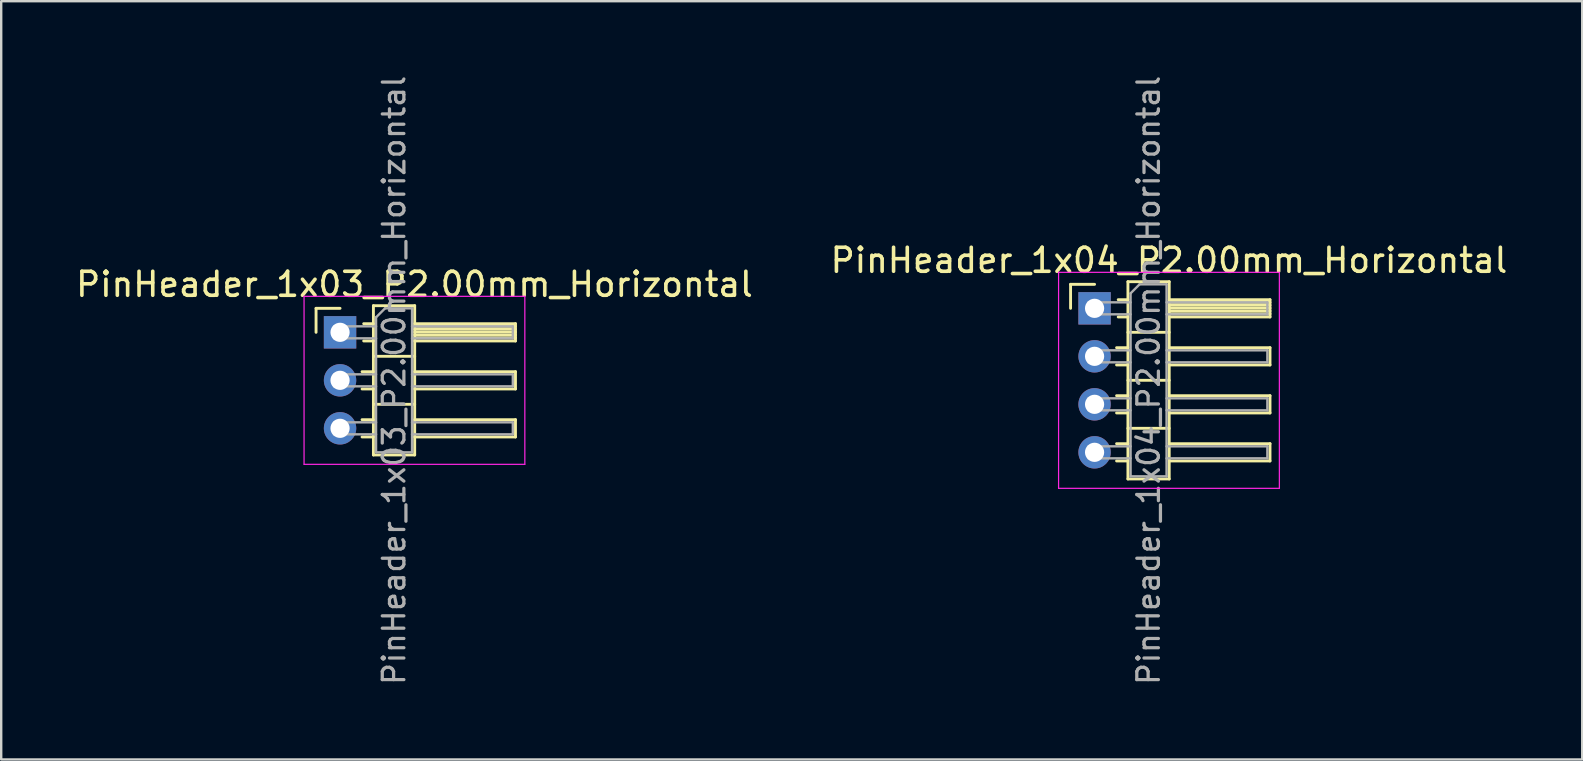
<source format=kicad_pcb>
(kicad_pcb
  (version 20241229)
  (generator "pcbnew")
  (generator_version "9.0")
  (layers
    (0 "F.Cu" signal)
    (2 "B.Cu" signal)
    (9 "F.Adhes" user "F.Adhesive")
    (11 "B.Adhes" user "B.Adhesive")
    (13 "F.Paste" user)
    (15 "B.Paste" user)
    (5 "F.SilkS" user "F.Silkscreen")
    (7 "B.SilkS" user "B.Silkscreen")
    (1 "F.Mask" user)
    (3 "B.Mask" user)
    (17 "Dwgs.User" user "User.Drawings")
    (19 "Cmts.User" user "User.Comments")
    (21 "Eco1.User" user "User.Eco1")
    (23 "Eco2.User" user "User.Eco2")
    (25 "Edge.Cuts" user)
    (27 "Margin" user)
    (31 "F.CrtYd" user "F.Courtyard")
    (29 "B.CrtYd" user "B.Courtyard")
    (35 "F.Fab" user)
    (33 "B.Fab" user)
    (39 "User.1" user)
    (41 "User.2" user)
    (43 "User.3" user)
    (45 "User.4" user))
  (footprint "PinHeader_1x03_P2.00mm_Horizontal"
    (layer "F.Cu")
    (at 11.12 10.798)
    (property "Reference" "PinHeader_1x03_P2.00mm_Horizontal" (at 3.1 -2 0) (layer "F.SilkS") (effects (font (size 1 1) (thickness 0.15))))
    (attr through_hole)
    (fp_line (start -1 -1) (end 0 -1) (stroke (width 0.12) (type solid)) (layer "F.SilkS"))
    (fp_line (start -1 0) (end -1 -1) (stroke (width 0.12) (type solid)) (layer "F.SilkS"))
    (fp_line (start 0.917 1.64) (end 1.39 1.64) (stroke (width 0.12) (type solid)) (layer "F.SilkS"))
    (fp_line (start 0.917 2.36) (end 1.39 2.36) (stroke (width 0.12) (type solid)) (layer "F.SilkS"))
    (fp_line (start 0.917 3.64) (end 1.39 3.64) (stroke (width 0.12) (type solid)) (layer "F.SilkS"))
    (fp_line (start 0.917 4.36) (end 1.39 4.36) (stroke (width 0.12) (type solid)) (layer "F.SilkS"))
    (fp_line (start 0.985 -0.36) (end 1.39 -0.36) (stroke (width 0.12) (type solid)) (layer "F.SilkS"))
    (fp_line (start 0.985 0.36) (end 1.39 0.36) (stroke (width 0.12) (type solid)) (layer "F.SilkS"))
    (fp_line (start 1.39 -1.11) (end 1.39 5.11) (stroke (width 0.12) (type solid)) (layer "F.SilkS"))
    (fp_line (start 1.39 1) (end 3.11 1) (stroke (width 0.12) (type solid)) (layer "F.SilkS"))
    (fp_line (start 1.39 3) (end 3.11 3) (stroke (width 0.12) (type solid)) (layer "F.SilkS"))
    (fp_line (start 1.39 5.11) (end 3.11 5.11) (stroke (width 0.12) (type solid)) (layer "F.SilkS"))
    (fp_line (start 3.11 -1.11) (end 1.39 -1.11) (stroke (width 0.12) (type solid)) (layer "F.SilkS"))
    (fp_line (start 3.11 -0.36) (end 7.31 -0.36) (stroke (width 0.12) (type solid)) (layer "F.SilkS"))
    (fp_line (start 3.11 -0.25) (end 7.31 -0.25) (stroke (width 0.12) (type solid)) (layer "F.SilkS"))
    (fp_line (start 3.11 -0.13) (end 7.31 -0.13) (stroke (width 0.12) (type solid)) (layer "F.SilkS"))
    (fp_line (start 3.11 -0.01) (end 7.31 -0.01) (stroke (width 0.12) (type solid)) (layer "F.SilkS"))
    (fp_line (start 3.11 0.11) (end 7.31 0.11) (stroke (width 0.12) (type solid)) (layer "F.SilkS"))
    (fp_line (start 3.11 0.23) (end 7.31 0.23) (stroke (width 0.12) (type solid)) (layer "F.SilkS"))
    (fp_line (start 3.11 1.64) (end 7.31 1.64) (stroke (width 0.12) (type solid)) (layer "F.SilkS"))
    (fp_line (start 3.11 3.64) (end 7.31 3.64) (stroke (width 0.12) (type solid)) (layer "F.SilkS"))
    (fp_line (start 3.11 5.11) (end 3.11 -1.11) (stroke (width 0.12) (type solid)) (layer "F.SilkS"))
    (fp_line (start 7.31 -0.36) (end 7.31 0.36) (stroke (width 0.12) (type solid)) (layer "F.SilkS"))
    (fp_line (start 7.31 0.36) (end 3.11 0.36) (stroke (width 0.12) (type solid)) (layer "F.SilkS"))
    (fp_line (start 7.31 1.64) (end 7.31 2.36) (stroke (width 0.12) (type solid)) (layer "F.SilkS"))
    (fp_line (start 7.31 2.36) (end 3.11 2.36) (stroke (width 0.12) (type solid)) (layer "F.SilkS"))
    (fp_line (start 7.31 3.64) (end 7.31 4.36) (stroke (width 0.12) (type solid)) (layer "F.SilkS"))
    (fp_line (start 7.31 4.36) (end 3.11 4.36) (stroke (width 0.12) (type solid)) (layer "F.SilkS"))
    (fp_line (start -1.5 -1.5) (end -1.5 5.5) (stroke (width 0.05) (type solid)) (layer "F.CrtYd"))
    (fp_line (start -1.5 5.5) (end 7.7 5.5) (stroke (width 0.05) (type solid)) (layer "F.CrtYd"))
    (fp_line (start 7.7 -1.5) (end -1.5 -1.5) (stroke (width 0.05) (type solid)) (layer "F.CrtYd"))
    (fp_line (start 7.7 5.5) (end 7.7 -1.5) (stroke (width 0.05) (type solid)) (layer "F.CrtYd"))
    (fp_line (start -0.25 -0.25) (end -0.25 0.25) (stroke (width 0.1) (type solid)) (layer "F.Fab"))
    (fp_line (start -0.25 -0.25) (end 1.5 -0.25) (stroke (width 0.1) (type solid)) (layer "F.Fab"))
    (fp_line (start -0.25 0.25) (end 1.5 0.25) (stroke (width 0.1) (type solid)) (layer "F.Fab"))
    (fp_line (start -0.25 1.75) (end -0.25 2.25) (stroke (width 0.1) (type solid)) (layer "F.Fab"))
    (fp_line (start -0.25 1.75) (end 1.5 1.75) (stroke (width 0.1) (type solid)) (layer "F.Fab"))
    (fp_line (start -0.25 2.25) (end 1.5 2.25) (stroke (width 0.1) (type solid)) (layer "F.Fab"))
    (fp_line (start -0.25 3.75) (end -0.25 4.25) (stroke (width 0.1) (type solid)) (layer "F.Fab"))
    (fp_line (start -0.25 3.75) (end 1.5 3.75) (stroke (width 0.1) (type solid)) (layer "F.Fab"))
    (fp_line (start -0.25 4.25) (end 1.5 4.25) (stroke (width 0.1) (type solid)) (layer "F.Fab"))
    (fp_line (start 1.5 -0.625) (end 1.875 -1) (stroke (width 0.1) (type solid)) (layer "F.Fab"))
    (fp_line (start 1.5 5) (end 1.5 -0.625) (stroke (width 0.1) (type solid)) (layer "F.Fab"))
    (fp_line (start 1.875 -1) (end 3 -1) (stroke (width 0.1) (type solid)) (layer "F.Fab"))
    (fp_line (start 3 -1) (end 3 5) (stroke (width 0.1) (type solid)) (layer "F.Fab"))
    (fp_line (start 3 -0.25) (end 7.2 -0.25) (stroke (width 0.1) (type solid)) (layer "F.Fab"))
    (fp_line (start 3 0.25) (end 7.2 0.25) (stroke (width 0.1) (type solid)) (layer "F.Fab"))
    (fp_line (start 3 1.75) (end 7.2 1.75) (stroke (width 0.1) (type solid)) (layer "F.Fab"))
    (fp_line (start 3 2.25) (end 7.2 2.25) (stroke (width 0.1) (type solid)) (layer "F.Fab"))
    (fp_line (start 3 3.75) (end 7.2 3.75) (stroke (width 0.1) (type solid)) (layer "F.Fab"))
    (fp_line (start 3 4.25) (end 7.2 4.25) (stroke (width 0.1) (type solid)) (layer "F.Fab"))
    (fp_line (start 3 5) (end 1.5 5) (stroke (width 0.1) (type solid)) (layer "F.Fab"))
    (fp_line (start 7.2 -0.25) (end 7.2 0.25) (stroke (width 0.1) (type solid)) (layer "F.Fab"))
    (fp_line (start 7.2 1.75) (end 7.2 2.25) (stroke (width 0.1) (type solid)) (layer "F.Fab"))
    (fp_line (start 7.2 3.75) (end 7.2 4.25) (stroke (width 0.1) (type solid)) (layer "F.Fab"))
    (fp_text user "${REFERENCE}" (at 2.25 2 90) (layer "F.Fab") (effects (font (size 0.9 0.9) (thickness 0.135))))
    (pad "1" thru_hole rect (at 0 0) (size 1.35 1.35) (drill 0.8) (layers "*.Cu" "*.Mask"))
    (pad "2" thru_hole circle (at 0 2) (size 1.35 1.35) (drill 0.8) (layers "*.Cu" "*.Mask"))
    (pad "3" thru_hole circle (at 0 4) (size 1.35 1.35) (drill 0.8) (layers "*.Cu" "*.Mask")))
  (footprint "PinHeader_1x04_P2.00mm_Horizontal"
    (layer "F.Cu")
    (at 42.561 9.798)
    (property "Reference" "PinHeader_1x04_P2.00mm_Horizontal" (at 3.1 -2 0) (layer "F.SilkS") (effects (font (size 1 1) (thickness 0.15))))
    (attr through_hole)
    (fp_line (start -1 -1) (end 0 -1) (stroke (width 0.12) (type solid)) (layer "F.SilkS"))
    (fp_line (start -1 0) (end -1 -1) (stroke (width 0.12) (type solid)) (layer "F.SilkS"))
    (fp_line (start 0.917 1.64) (end 1.39 1.64) (stroke (width 0.12) (type solid)) (layer "F.SilkS"))
    (fp_line (start 0.917 2.36) (end 1.39 2.36) (stroke (width 0.12) (type solid)) (layer "F.SilkS"))
    (fp_line (start 0.917 3.64) (end 1.39 3.64) (stroke (width 0.12) (type solid)) (layer "F.SilkS"))
    (fp_line (start 0.917 4.36) (end 1.39 4.36) (stroke (width 0.12) (type solid)) (layer "F.SilkS"))
    (fp_line (start 0.917 5.64) (end 1.39 5.64) (stroke (width 0.12) (type solid)) (layer "F.SilkS"))
    (fp_line (start 0.917 6.36) (end 1.39 6.36) (stroke (width 0.12) (type solid)) (layer "F.SilkS"))
    (fp_line (start 0.985 -0.36) (end 1.39 -0.36) (stroke (width 0.12) (type solid)) (layer "F.SilkS"))
    (fp_line (start 0.985 0.36) (end 1.39 0.36) (stroke (width 0.12) (type solid)) (layer "F.SilkS"))
    (fp_line (start 1.39 -1.11) (end 1.39 7.11) (stroke (width 0.12) (type solid)) (layer "F.SilkS"))
    (fp_line (start 1.39 1) (end 3.11 1) (stroke (width 0.12) (type solid)) (layer "F.SilkS"))
    (fp_line (start 1.39 3) (end 3.11 3) (stroke (width 0.12) (type solid)) (layer "F.SilkS"))
    (fp_line (start 1.39 5) (end 3.11 5) (stroke (width 0.12) (type solid)) (layer "F.SilkS"))
    (fp_line (start 1.39 7.11) (end 3.11 7.11) (stroke (width 0.12) (type solid)) (layer "F.SilkS"))
    (fp_line (start 3.11 -1.11) (end 1.39 -1.11) (stroke (width 0.12) (type solid)) (layer "F.SilkS"))
    (fp_line (start 3.11 -0.36) (end 7.31 -0.36) (stroke (width 0.12) (type solid)) (layer "F.SilkS"))
    (fp_line (start 3.11 -0.25) (end 7.31 -0.25) (stroke (width 0.12) (type solid)) (layer "F.SilkS"))
    (fp_line (start 3.11 -0.13) (end 7.31 -0.13) (stroke (width 0.12) (type solid)) (layer "F.SilkS"))
    (fp_line (start 3.11 -0.01) (end 7.31 -0.01) (stroke (width 0.12) (type solid)) (layer "F.SilkS"))
    (fp_line (start 3.11 0.11) (end 7.31 0.11) (stroke (width 0.12) (type solid)) (layer "F.SilkS"))
    (fp_line (start 3.11 0.23) (end 7.31 0.23) (stroke (width 0.12) (type solid)) (layer "F.SilkS"))
    (fp_line (start 3.11 1.64) (end 7.31 1.64) (stroke (width 0.12) (type solid)) (layer "F.SilkS"))
    (fp_line (start 3.11 3.64) (end 7.31 3.64) (stroke (width 0.12) (type solid)) (layer "F.SilkS"))
    (fp_line (start 3.11 5.64) (end 7.31 5.64) (stroke (width 0.12) (type solid)) (layer "F.SilkS"))
    (fp_line (start 3.11 7.11) (end 3.11 -1.11) (stroke (width 0.12) (type solid)) (layer "F.SilkS"))
    (fp_line (start 7.31 -0.36) (end 7.31 0.36) (stroke (width 0.12) (type solid)) (layer "F.SilkS"))
    (fp_line (start 7.31 0.36) (end 3.11 0.36) (stroke (width 0.12) (type solid)) (layer "F.SilkS"))
    (fp_line (start 7.31 1.64) (end 7.31 2.36) (stroke (width 0.12) (type solid)) (layer "F.SilkS"))
    (fp_line (start 7.31 2.36) (end 3.11 2.36) (stroke (width 0.12) (type solid)) (layer "F.SilkS"))
    (fp_line (start 7.31 3.64) (end 7.31 4.36) (stroke (width 0.12) (type solid)) (layer "F.SilkS"))
    (fp_line (start 7.31 4.36) (end 3.11 4.36) (stroke (width 0.12) (type solid)) (layer "F.SilkS"))
    (fp_line (start 7.31 5.64) (end 7.31 6.36) (stroke (width 0.12) (type solid)) (layer "F.SilkS"))
    (fp_line (start 7.31 6.36) (end 3.11 6.36) (stroke (width 0.12) (type solid)) (layer "F.SilkS"))
    (fp_line (start -1.5 -1.5) (end -1.5 7.5) (stroke (width 0.05) (type solid)) (layer "F.CrtYd"))
    (fp_line (start -1.5 7.5) (end 7.7 7.5) (stroke (width 0.05) (type solid)) (layer "F.CrtYd"))
    (fp_line (start 7.7 -1.5) (end -1.5 -1.5) (stroke (width 0.05) (type solid)) (layer "F.CrtYd"))
    (fp_line (start 7.7 7.5) (end 7.7 -1.5) (stroke (width 0.05) (type solid)) (layer "F.CrtYd"))
    (fp_line (start -0.25 -0.25) (end -0.25 0.25) (stroke (width 0.1) (type solid)) (layer "F.Fab"))
    (fp_line (start -0.25 -0.25) (end 1.5 -0.25) (stroke (width 0.1) (type solid)) (layer "F.Fab"))
    (fp_line (start -0.25 0.25) (end 1.5 0.25) (stroke (width 0.1) (type solid)) (layer "F.Fab"))
    (fp_line (start -0.25 1.75) (end -0.25 2.25) (stroke (width 0.1) (type solid)) (layer "F.Fab"))
    (fp_line (start -0.25 1.75) (end 1.5 1.75) (stroke (width 0.1) (type solid)) (layer "F.Fab"))
    (fp_line (start -0.25 2.25) (end 1.5 2.25) (stroke (width 0.1) (type solid)) (layer "F.Fab"))
    (fp_line (start -0.25 3.75) (end -0.25 4.25) (stroke (width 0.1) (type solid)) (layer "F.Fab"))
    (fp_line (start -0.25 3.75) (end 1.5 3.75) (stroke (width 0.1) (type solid)) (layer "F.Fab"))
    (fp_line (start -0.25 4.25) (end 1.5 4.25) (stroke (width 0.1) (type solid)) (layer "F.Fab"))
    (fp_line (start -0.25 5.75) (end -0.25 6.25) (stroke (width 0.1) (type solid)) (layer "F.Fab"))
    (fp_line (start -0.25 5.75) (end 1.5 5.75) (stroke (width 0.1) (type solid)) (layer "F.Fab"))
    (fp_line (start -0.25 6.25) (end 1.5 6.25) (stroke (width 0.1) (type solid)) (layer "F.Fab"))
    (fp_line (start 1.5 -0.625) (end 1.875 -1) (stroke (width 0.1) (type solid)) (layer "F.Fab"))
    (fp_line (start 1.5 7) (end 1.5 -0.625) (stroke (width 0.1) (type solid)) (layer "F.Fab"))
    (fp_line (start 1.875 -1) (end 3 -1) (stroke (width 0.1) (type solid)) (layer "F.Fab"))
    (fp_line (start 3 -1) (end 3 7) (stroke (width 0.1) (type solid)) (layer "F.Fab"))
    (fp_line (start 3 -0.25) (end 7.2 -0.25) (stroke (width 0.1) (type solid)) (layer "F.Fab"))
    (fp_line (start 3 0.25) (end 7.2 0.25) (stroke (width 0.1) (type solid)) (layer "F.Fab"))
    (fp_line (start 3 1.75) (end 7.2 1.75) (stroke (width 0.1) (type solid)) (layer "F.Fab"))
    (fp_line (start 3 2.25) (end 7.2 2.25) (stroke (width 0.1) (type solid)) (layer "F.Fab"))
    (fp_line (start 3 3.75) (end 7.2 3.75) (stroke (width 0.1) (type solid)) (layer "F.Fab"))
    (fp_line (start 3 4.25) (end 7.2 4.25) (stroke (width 0.1) (type solid)) (layer "F.Fab"))
    (fp_line (start 3 5.75) (end 7.2 5.75) (stroke (width 0.1) (type solid)) (layer "F.Fab"))
    (fp_line (start 3 6.25) (end 7.2 6.25) (stroke (width 0.1) (type solid)) (layer "F.Fab"))
    (fp_line (start 3 7) (end 1.5 7) (stroke (width 0.1) (type solid)) (layer "F.Fab"))
    (fp_line (start 7.2 -0.25) (end 7.2 0.25) (stroke (width 0.1) (type solid)) (layer "F.Fab"))
    (fp_line (start 7.2 1.75) (end 7.2 2.25) (stroke (width 0.1) (type solid)) (layer "F.Fab"))
    (fp_line (start 7.2 3.75) (end 7.2 4.25) (stroke (width 0.1) (type solid)) (layer "F.Fab"))
    (fp_line (start 7.2 5.75) (end 7.2 6.25) (stroke (width 0.1) (type solid)) (layer "F.Fab"))
    (fp_text user "${REFERENCE}" (at 2.25 3 90) (layer "F.Fab") (effects (font (size 0.9 0.9) (thickness 0.135))))
    (pad "1" thru_hole rect (at 0 0) (size 1.35 1.35) (drill 0.8) (layers "*.Cu" "*.Mask"))
    (pad "2" thru_hole circle (at 0 2) (size 1.35 1.35) (drill 0.8) (layers "*.Cu" "*.Mask"))
    (pad "3" thru_hole circle (at 0 4) (size 1.35 1.35) (drill 0.8) (layers "*.Cu" "*.Mask"))
    (pad "4" thru_hole circle (at 0 6) (size 1.35 1.35) (drill 0.8) (layers "*.Cu" "*.Mask")))
  (gr_rect
    (start -3 -3)
    (end 62.881 28.596)
    (stroke (width 0.1) (type default))
    (fill no)
    (layer "Edge.Cuts")))
</source>
